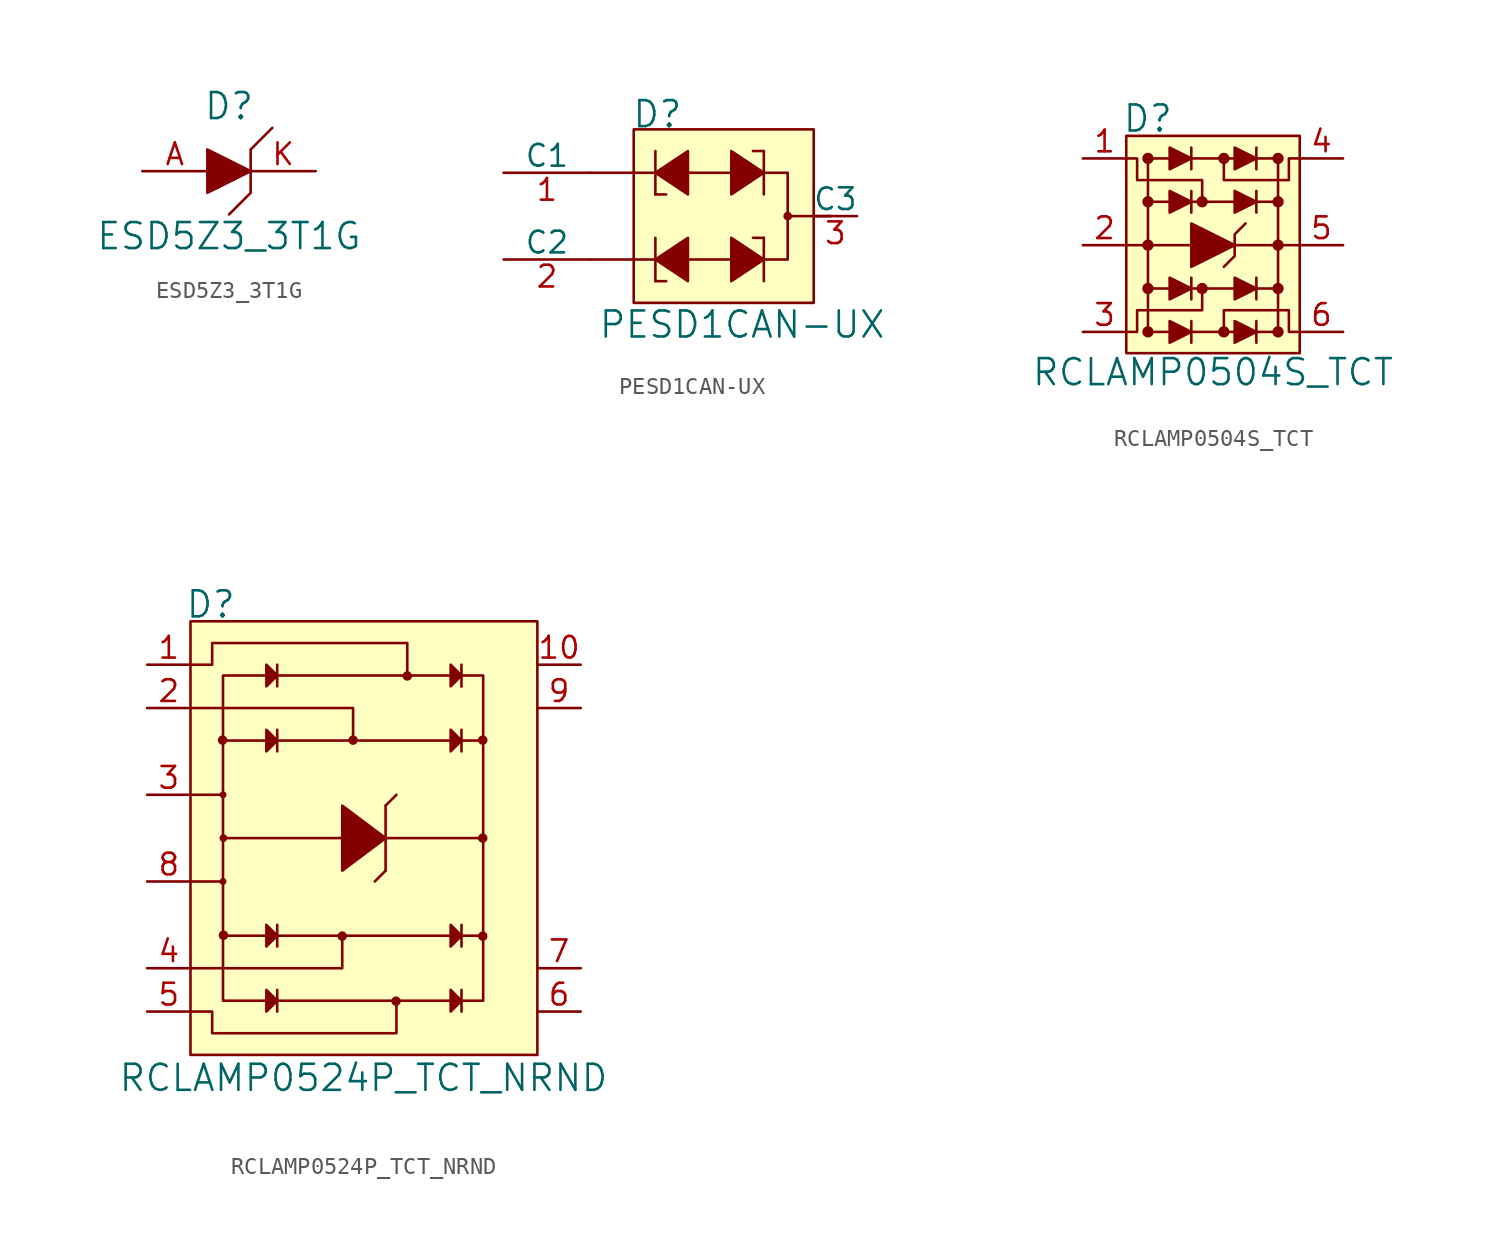
<source format=kicad_sym>
(kicad_symbol_lib
  (version 20211014)
  (generator kicad_symbol_editor)
  (symbol "ESD5Z3_3T1G"
    (pin_names
      (offset 1.016))
    (property "Reference" "D"
      (at 0 3.81 0)
      (effects (font (size 1.524 1.524))))
    (property "Value" "ESD5Z3_3T1G"
      (at 0 -3.81 0)
      (effects (font (size 1.524 1.524))))
    (symbol "ESD5Z3_3T1G_0_1"
      (polyline (pts (xy -1.27 1.27) (xy -1.27 -1.27) (xy 1.27 0) (xy -1.27 1.27)) (stroke (width 0) (type default) (color 0 0 0 0)) (fill (type outline)))
      (polyline (pts (xy 2.54 2.54) (xy 1.27 1.27) (xy 1.27 -1.27) (xy 0 -2.54)) (stroke (width 0) (type default) (color 0 0 0 0)) (fill (type none))))
    (symbol "ESD5Z3_3T1G_1_1"
      (pin bidirectional line (at -5.08 0 0) (length 3.81) (name "~" (effects (font (size 1.27 1.27)))) (number "A" (effects (font (size 1.27 1.27)))))
      (pin bidirectional line (at 5.08 0 180) (length 3.81) (name "~" (effects (font (size 1.27 1.27)))) (number "K" (effects (font (size 1.27 1.27)))))))
  (symbol "PESD1CAN-UX"
    (pin_names
      (offset 0))
    (property "Reference" "D"
      (at -5.207 5.969 0)
      (effects (font (size 1.524 1.524)) (justify left)))
    (property "Value" "PESD1CAN-UX"
      (at 1.27 -6.35 0)
      (effects (font (size 1.524 1.524))))
    (symbol "PESD1CAN-UX_0_1"
      (rectangle (start -5.08 5.08) (end 5.461 -5.08) (stroke (width 0) (type default) (color 0 0 0 0)) (fill (type background)))
      (polyline (pts (xy -3.81 -3.81) (xy -3.175 -3.81)) (stroke (width 0) (type default) (color 0 0 0 0)) (fill (type none)))
      (polyline (pts (xy -3.81 -2.54) (xy -7.62 -2.54)) (stroke (width 0) (type default) (color 0 0 0 0)) (fill (type none)))
      (polyline (pts (xy -3.81 -1.27) (xy -3.81 -3.81)) (stroke (width 0) (type default) (color 0 0 0 0)) (fill (type none)))
      (polyline (pts (xy -3.81 1.27) (xy -3.175 1.27)) (stroke (width 0) (type default) (color 0 0 0 0)) (fill (type none)))
      (polyline (pts (xy -3.81 2.54) (xy -7.62 2.54)) (stroke (width 0) (type default) (color 0 0 0 0)) (fill (type none)))
      (polyline (pts (xy -3.81 3.81) (xy -3.81 1.27)) (stroke (width 0) (type default) (color 0 0 0 0)) (fill (type none)))
      (polyline (pts (xy 0.635 -2.54) (xy -1.905 -2.54)) (stroke (width 0) (type default) (color 0 0 0 0)) (fill (type none)))
      (polyline (pts (xy 0.635 2.54) (xy -1.905 2.54)) (stroke (width 0) (type default) (color 0 0 0 0)) (fill (type none)))
      (polyline (pts (xy 0.635 2.54) (xy 0.635 2.54)) (stroke (width 0) (type default) (color 0 0 0 0)) (fill (type none)))
      (polyline (pts (xy 2.54 -1.27) (xy 1.905 -1.27)) (stroke (width 0) (type default) (color 0 0 0 0)) (fill (type none)))
      (polyline (pts (xy 2.54 -1.27) (xy 2.54 -3.81)) (stroke (width 0) (type default) (color 0 0 0 0)) (fill (type none)))
      (polyline (pts (xy 2.54 3.81) (xy 1.905 3.81)) (stroke (width 0) (type default) (color 0 0 0 0)) (fill (type none)))
      (polyline (pts (xy 2.54 3.81) (xy 2.54 1.27)) (stroke (width 0) (type default) (color 0 0 0 0)) (fill (type none)))
      (polyline (pts (xy 3.937 0) (xy 6.477 0)) (stroke (width 0) (type default) (color 0 0 0 0)) (fill (type none)))
      (polyline (pts (xy -1.905 -1.27) (xy -1.905 -3.81) (xy -3.81 -2.54) (xy -1.905 -1.27)) (stroke (width 0) (type default) (color 0 0 0 0)) (fill (type outline)))
      (polyline (pts (xy -1.905 1.27) (xy -1.905 3.81) (xy -3.81 2.54) (xy -1.905 1.27)) (stroke (width 0) (type default) (color 0 0 0 0)) (fill (type outline)))
      (polyline (pts (xy 0.635 -1.27) (xy 0.635 -3.81) (xy 2.54 -2.54) (xy 0.635 -1.27)) (stroke (width 0) (type default) (color 0 0 0 0)) (fill (type outline)))
      (polyline (pts (xy 0.635 3.81) (xy 0.635 1.27) (xy 2.54 2.54) (xy 0.635 3.81)) (stroke (width 0) (type default) (color 0 0 0 0)) (fill (type outline)))
      (polyline (pts (xy 1.397 2.54) (xy 3.937 2.54) (xy 3.937 -2.54) (xy 1.397 -2.54)) (stroke (width 0) (type default) (color 0 0 0 0)) (fill (type none)))
      (circle (center 3.937 0) (radius 0.178) (stroke (width 0) (type default) (color 0 0 0 0)) (fill (type outline))))
    (symbol "PESD1CAN-UX_1_1"
      (pin bidirectional line (at -12.7 2.54 0) (length 5.08) (name "C1" (effects (font (size 1.27 1.27)))) (number "1" (effects (font (size 1.27 1.27)))))
      (pin bidirectional line (at -12.7 -2.54 0) (length 5.08) (name "C2" (effects (font (size 1.27 1.27)))) (number "2" (effects (font (size 1.27 1.27)))))
      (pin bidirectional line (at 8.001 0 180) (length 2.54) (name "C3" (effects (font (size 1.27 1.27)))) (number "3" (effects (font (size 1.27 1.27)))))))
  (symbol "RCLAMP0504S_TCT"
    (pin_names
      (offset 1.016))
    (property "Reference" "D"
      (at -5.334 7.417 0)
      (effects (font (size 1.524 1.524)) (justify left)))
    (property "Value" "RCLAMP0504S_TCT"
      (at 0 -7.442 0)
      (effects (font (size 1.524 1.524))))
    (symbol "RCLAMP0504S_TCT_0_1"
      (rectangle (start -5.08 6.401) (end 5.08 -6.325) (stroke (width 0) (type default) (color 0 0 0 0)) (fill (type background)))
      (circle (center -3.81 -5.08) (radius 0.254) (stroke (width 0) (type default) (color 0 0 0 0)) (fill (type outline)))
      (circle (center -3.81 -2.54) (radius 0.254) (stroke (width 0) (type default) (color 0 0 0 0)) (fill (type outline)))
      (circle (center -3.81 0) (radius 0.254) (stroke (width 0) (type default) (color 0 0 0 0)) (fill (type outline)))
      (circle (center -3.81 2.54) (radius 0.254) (stroke (width 0) (type default) (color 0 0 0 0)) (fill (type outline)))
      (circle (center -3.81 5.08) (radius 0.254) (stroke (width 0) (type default) (color 0 0 0 0)) (fill (type outline)))
      (circle (center -0.635 -2.54) (radius 0.254) (stroke (width 0) (type default) (color 0 0 0 0)) (fill (type outline)))
      (circle (center -0.635 2.54) (radius 0.254) (stroke (width 0) (type default) (color 0 0 0 0)) (fill (type outline)))
      (polyline (pts (xy -1.27 -5.08) (xy 1.27 -5.08)) (stroke (width 0) (type default) (color 0 0 0 0)) (fill (type none)))
      (polyline (pts (xy -1.27 -4.445) (xy -1.27 -5.715)) (stroke (width 0) (type default) (color 0 0 0 0)) (fill (type none)))
      (polyline (pts (xy -1.27 -2.54) (xy 1.27 -2.54)) (stroke (width 0) (type default) (color 0 0 0 0)) (fill (type none)))
      (polyline (pts (xy -1.27 -1.905) (xy -1.27 -3.175)) (stroke (width 0) (type default) (color 0 0 0 0)) (fill (type none)))
      (polyline (pts (xy -1.27 0) (xy -5.08 0)) (stroke (width 0) (type default) (color 0 0 0 0)) (fill (type none)))
      (polyline (pts (xy -1.27 2.54) (xy 1.27 2.54)) (stroke (width 0) (type default) (color 0 0 0 0)) (fill (type none)))
      (polyline (pts (xy -1.27 3.175) (xy -1.27 1.905)) (stroke (width 0) (type default) (color 0 0 0 0)) (fill (type none)))
      (polyline (pts (xy -1.27 5.08) (xy 1.27 5.08)) (stroke (width 0) (type default) (color 0 0 0 0)) (fill (type none)))
      (polyline (pts (xy -1.27 5.715) (xy -1.27 4.445)) (stroke (width 0) (type default) (color 0 0 0 0)) (fill (type none)))
      (polyline (pts (xy 1.27 0) (xy 5.08 0)) (stroke (width 0) (type default) (color 0 0 0 0)) (fill (type none)))
      (polyline (pts (xy 2.54 -4.445) (xy 2.54 -5.715)) (stroke (width 0) (type default) (color 0 0 0 0)) (fill (type none)))
      (polyline (pts (xy 2.54 -1.905) (xy 2.54 -3.175)) (stroke (width 0) (type default) (color 0 0 0 0)) (fill (type none)))
      (polyline (pts (xy 2.54 3.175) (xy 2.54 1.905)) (stroke (width 0) (type default) (color 0 0 0 0)) (fill (type none)))
      (polyline (pts (xy 2.54 5.715) (xy 2.54 4.445)) (stroke (width 0) (type default) (color 0 0 0 0)) (fill (type none)))
      (polyline (pts (xy -3.81 -2.54) (xy -3.81 -5.08) (xy -2.54 -5.08)) (stroke (width 0) (type default) (color 0 0 0 0)) (fill (type none)))
      (polyline (pts (xy -3.81 2.54) (xy -3.81 -2.54) (xy -2.54 -2.54)) (stroke (width 0) (type default) (color 0 0 0 0)) (fill (type none)))
      (polyline (pts (xy 3.81 -2.54) (xy 3.81 -5.08) (xy 2.54 -5.08)) (stroke (width 0) (type default) (color 0 0 0 0)) (fill (type none)))
      (polyline (pts (xy 3.81 2.54) (xy 3.81 -2.54) (xy 2.54 -2.54)) (stroke (width 0) (type default) (color 0 0 0 0)) (fill (type none)))
      (polyline (pts (xy -2.54 -4.445) (xy -2.54 -5.715) (xy -1.27 -5.08) (xy -2.54 -4.445)) (stroke (width 0) (type default) (color 0 0 0 0)) (fill (type outline)))
      (polyline (pts (xy -2.54 -1.905) (xy -2.54 -3.175) (xy -1.27 -2.54) (xy -2.54 -1.905)) (stroke (width 0) (type default) (color 0 0 0 0)) (fill (type outline)))
      (polyline (pts (xy -2.54 3.175) (xy -2.54 1.905) (xy -1.27 2.54) (xy -2.54 3.175)) (stroke (width 0) (type default) (color 0 0 0 0)) (fill (type outline)))
      (polyline (pts (xy -2.54 5.08) (xy -3.81 5.08) (xy -3.81 2.54) (xy -2.54 2.54)) (stroke (width 0) (type default) (color 0 0 0 0)) (fill (type none)))
      (polyline (pts (xy -2.54 5.715) (xy -2.54 4.445) (xy -1.27 5.08) (xy -2.54 5.715)) (stroke (width 0) (type default) (color 0 0 0 0)) (fill (type outline)))
      (polyline (pts (xy -1.27 1.27) (xy -1.27 -1.27) (xy 1.27 0) (xy -1.27 1.27)) (stroke (width 0) (type default) (color 0 0 0 0)) (fill (type outline)))
      (polyline (pts (xy 1.27 -4.445) (xy 1.27 -5.715) (xy 2.54 -5.08) (xy 1.27 -4.445)) (stroke (width 0) (type default) (color 0 0 0 0)) (fill (type outline)))
      (polyline (pts (xy 1.27 -1.905) (xy 1.27 -3.175) (xy 2.54 -2.54) (xy 1.27 -1.905)) (stroke (width 0) (type default) (color 0 0 0 0)) (fill (type outline)))
      (polyline (pts (xy 1.27 3.175) (xy 1.27 1.905) (xy 2.54 2.54) (xy 1.27 3.175)) (stroke (width 0) (type default) (color 0 0 0 0)) (fill (type outline)))
      (polyline (pts (xy 1.27 5.715) (xy 1.27 4.445) (xy 2.54 5.08) (xy 1.27 5.715)) (stroke (width 0) (type default) (color 0 0 0 0)) (fill (type outline)))
      (polyline (pts (xy 1.905 1.27) (xy 1.27 0.635) (xy 1.27 -0.635) (xy 0.635 -1.27)) (stroke (width 0) (type default) (color 0 0 0 0)) (fill (type none)))
      (polyline (pts (xy 2.54 5.08) (xy 3.81 5.08) (xy 3.81 2.54) (xy 2.54 2.54)) (stroke (width 0) (type default) (color 0 0 0 0)) (fill (type none)))
      (polyline (pts (xy -5.08 5.08) (xy -4.445 5.08) (xy -4.445 3.81) (xy -0.635 3.81) (xy -0.635 2.54)) (stroke (width 0) (type default) (color 0 0 0 0)) (fill (type none)))
      (polyline (pts (xy -0.635 -2.54) (xy -0.635 -3.81) (xy -4.445 -3.81) (xy -4.445 -5.08) (xy -5.08 -5.08)) (stroke (width 0) (type default) (color 0 0 0 0)) (fill (type none)))
      (polyline (pts (xy 0.635 -5.08) (xy 0.635 -3.81) (xy 4.445 -3.81) (xy 4.445 -5.08) (xy 5.08 -5.08)) (stroke (width 0) (type default) (color 0 0 0 0)) (fill (type none)))
      (polyline (pts (xy 0.635 5.08) (xy 0.635 3.81) (xy 4.445 3.81) (xy 4.445 5.08) (xy 5.08 5.08)) (stroke (width 0) (type default) (color 0 0 0 0)) (fill (type none)))
      (circle (center 0.635 -5.08) (radius 0.254) (stroke (width 0) (type default) (color 0 0 0 0)) (fill (type outline)))
      (circle (center 0.635 5.08) (radius 0.254) (stroke (width 0) (type default) (color 0 0 0 0)) (fill (type outline)))
      (circle (center 3.81 -5.08) (radius 0.254) (stroke (width 0) (type default) (color 0 0 0 0)) (fill (type outline)))
      (circle (center 3.81 -2.54) (radius 0.254) (stroke (width 0) (type default) (color 0 0 0 0)) (fill (type outline)))
      (circle (center 3.81 0) (radius 0.254) (stroke (width 0) (type default) (color 0 0 0 0)) (fill (type outline)))
      (circle (center 3.81 2.54) (radius 0.254) (stroke (width 0) (type default) (color 0 0 0 0)) (fill (type outline)))
      (circle (center 3.81 5.08) (radius 0.254) (stroke (width 0) (type default) (color 0 0 0 0)) (fill (type outline))))
    (symbol "RCLAMP0504S_TCT_1_1"
      (pin input line (at -7.62 5.08 0) (length 2.54) (name "~" (effects (font (size 1.27 1.27)))) (number "1" (effects (font (size 1.27 1.27)))))
      (pin input line (at -7.62 0 0) (length 2.54) (name "~" (effects (font (size 1.27 1.27)))) (number "2" (effects (font (size 1.27 1.27)))))
      (pin input line (at -7.62 -5.08 0) (length 2.54) (name "~" (effects (font (size 1.27 1.27)))) (number "3" (effects (font (size 1.27 1.27)))))
      (pin output line (at 7.62 5.08 180) (length 2.54) (name "~" (effects (font (size 1.27 1.27)))) (number "4" (effects (font (size 1.27 1.27)))))
      (pin output line (at 7.62 0 180) (length 2.54) (name "~" (effects (font (size 1.27 1.27)))) (number "5" (effects (font (size 1.27 1.27)))))
      (pin output line (at 7.62 -5.08 180) (length 2.54) (name "~" (effects (font (size 1.27 1.27)))) (number "6" (effects (font (size 1.27 1.27)))))))
  (symbol "RCLAMP0524P_TCT_NRND"
    (pin_names
      (offset 1.016))
    (property "Reference" "D"
      (at -10.49 13.691 0)
      (effects (font (size 1.524 1.524)) (justify left)))
    (property "Value" "RCLAMP0524P_TCT_NRND"
      (at -0.025 -14.046 0)
      (effects (font (size 1.524 1.524))))
    (symbol "RCLAMP0524P_TCT_NRND_0_1"
      (rectangle (start -10.16 12.7) (end 10.16 -12.7) (stroke (width 0) (type default) (color 0 0 0 0)) (fill (type background)))
      (circle (center -8.28 5.74) (radius 0.203) (stroke (width 0) (type default) (color 0 0 0 0)) (fill (type outline)))
      (circle (center -8.255 -2.54) (radius 0.127) (stroke (width 0) (type default) (color 0 0 0 0)) (fill (type none)))
      (circle (center -8.255 2.54) (radius 0.127) (stroke (width 0) (type default) (color 0 0 0 0)) (fill (type none)))
      (circle (center -8.23 -5.69) (radius 0.203) (stroke (width 0) (type default) (color 0 0 0 0)) (fill (type outline)))
      (circle (center -8.23 0) (radius 0.152) (stroke (width 0) (type default) (color 0 0 0 0)) (fill (type none)))
      (circle (center -1.27 -5.74) (radius 0.203) (stroke (width 0) (type default) (color 0 0 0 0)) (fill (type outline)))
      (circle (center -0.635 5.74) (radius 0.203) (stroke (width 0) (type default) (color 0 0 0 0)) (fill (type outline)))
      (polyline (pts (xy -10.16 -2.54) (xy -8.255 -2.54)) (stroke (width 0) (type default) (color 0 0 0 0)) (fill (type none)))
      (polyline (pts (xy -10.16 2.54) (xy -8.255 2.54)) (stroke (width 0) (type default) (color 0 0 0 0)) (fill (type none)))
      (polyline (pts (xy -5.715 -5.715) (xy -8.255 -5.715)) (stroke (width 0) (type default) (color 0 0 0 0)) (fill (type none)))
      (polyline (pts (xy -5.715 5.715) (xy -8.255 5.715)) (stroke (width 0) (type default) (color 0 0 0 0)) (fill (type none)))
      (polyline (pts (xy -5.08 -9.525) (xy 5.08 -9.525)) (stroke (width 0) (type default) (color 0 0 0 0)) (fill (type none)))
      (polyline (pts (xy -5.08 -8.89) (xy -5.08 -10.16)) (stroke (width 0) (type default) (color 0 0 0 0)) (fill (type none)))
      (polyline (pts (xy -5.08 -5.715) (xy 5.08 -5.715)) (stroke (width 0) (type default) (color 0 0 0 0)) (fill (type none)))
      (polyline (pts (xy -5.08 -5.08) (xy -5.08 -6.35)) (stroke (width 0) (type default) (color 0 0 0 0)) (fill (type none)))
      (polyline (pts (xy -5.08 5.715) (xy 5.08 5.715)) (stroke (width 0) (type default) (color 0 0 0 0)) (fill (type none)))
      (polyline (pts (xy -5.08 6.35) (xy -5.08 5.08)) (stroke (width 0) (type default) (color 0 0 0 0)) (fill (type none)))
      (polyline (pts (xy -5.08 9.525) (xy 5.08 9.525)) (stroke (width 0) (type default) (color 0 0 0 0)) (fill (type none)))
      (polyline (pts (xy -5.08 10.16) (xy -5.08 8.89)) (stroke (width 0) (type default) (color 0 0 0 0)) (fill (type none)))
      (polyline (pts (xy -1.27 0) (xy -8.255 0)) (stroke (width 0) (type default) (color 0 0 0 0)) (fill (type none)))
      (polyline (pts (xy 1.27 -1.905) (xy 0.635 -2.54)) (stroke (width 0) (type default) (color 0 0 0 0)) (fill (type none)))
      (polyline (pts (xy 1.27 1.905) (xy 1.27 -1.905)) (stroke (width 0) (type default) (color 0 0 0 0)) (fill (type none)))
      (polyline (pts (xy 1.27 1.905) (xy 1.905 2.54)) (stroke (width 0) (type default) (color 0 0 0 0)) (fill (type none)))
      (polyline (pts (xy 5.715 -8.89) (xy 5.715 -10.16)) (stroke (width 0) (type default) (color 0 0 0 0)) (fill (type none)))
      (polyline (pts (xy 5.715 -5.715) (xy 6.985 -5.715)) (stroke (width 0) (type default) (color 0 0 0 0)) (fill (type none)))
      (polyline (pts (xy 5.715 -5.08) (xy 5.715 -6.35)) (stroke (width 0) (type default) (color 0 0 0 0)) (fill (type none)))
      (polyline (pts (xy 5.715 5.715) (xy 6.985 5.715)) (stroke (width 0) (type default) (color 0 0 0 0)) (fill (type none)))
      (polyline (pts (xy 5.715 6.35) (xy 5.715 5.08)) (stroke (width 0) (type default) (color 0 0 0 0)) (fill (type none)))
      (polyline (pts (xy 5.715 8.89) (xy 5.715 8.89)) (stroke (width 0) (type default) (color 0 0 0 0)) (fill (type none)))
      (polyline (pts (xy 5.715 10.16) (xy 5.715 8.89)) (stroke (width 0) (type default) (color 0 0 0 0)) (fill (type none)))
      (polyline (pts (xy 6.985 0) (xy 1.27 0)) (stroke (width 0) (type default) (color 0 0 0 0)) (fill (type none)))
      (polyline (pts (xy 6.985 5.715) (xy 6.985 5.715)) (stroke (width 0) (type default) (color 0 0 0 0)) (fill (type none)))
      (polyline (pts (xy -10.16 -7.62) (xy -1.27 -7.62) (xy -1.27 -5.715)) (stroke (width 0) (type default) (color 0 0 0 0)) (fill (type none)))
      (polyline (pts (xy -10.16 7.62) (xy -0.635 7.62) (xy -0.635 5.715)) (stroke (width 0) (type default) (color 0 0 0 0)) (fill (type none)))
      (polyline (pts (xy -5.715 -9.525) (xy -8.255 -9.525) (xy -8.255 9.525) (xy -5.715 9.525)) (stroke (width 0) (type default) (color 0 0 0 0)) (fill (type none)))
      (polyline (pts (xy -5.715 -8.89) (xy -5.715 -10.16) (xy -5.08 -9.525) (xy -5.715 -8.89)) (stroke (width 0) (type default) (color 0 0 0 0)) (fill (type outline)))
      (polyline (pts (xy -5.715 -5.08) (xy -5.715 -6.35) (xy -5.08 -5.715) (xy -5.715 -5.08)) (stroke (width 0) (type default) (color 0 0 0 0)) (fill (type outline)))
      (polyline (pts (xy -5.715 6.35) (xy -5.715 5.08) (xy -5.08 5.715) (xy -5.715 6.35)) (stroke (width 0) (type default) (color 0 0 0 0)) (fill (type outline)))
      (polyline (pts (xy -5.715 10.16) (xy -5.715 8.89) (xy -5.08 9.525) (xy -5.715 10.16)) (stroke (width 0) (type default) (color 0 0 0 0)) (fill (type outline)))
      (polyline (pts (xy -1.27 1.905) (xy -1.27 -1.905) (xy 1.27 0) (xy -1.27 1.905)) (stroke (width 0) (type default) (color 0 0 0 0)) (fill (type outline)))
      (polyline (pts (xy 5.08 -8.89) (xy 5.08 -10.16) (xy 5.715 -9.525) (xy 5.08 -8.89)) (stroke (width 0) (type default) (color 0 0 0 0)) (fill (type outline)))
      (polyline (pts (xy 5.08 -5.08) (xy 5.08 -6.35) (xy 5.715 -5.715) (xy 5.08 -5.08)) (stroke (width 0) (type default) (color 0 0 0 0)) (fill (type outline)))
      (polyline (pts (xy 5.08 6.35) (xy 5.08 5.08) (xy 5.715 5.715) (xy 5.08 6.35)) (stroke (width 0) (type default) (color 0 0 0 0)) (fill (type outline)))
      (polyline (pts (xy 5.08 10.16) (xy 5.08 8.89) (xy 5.715 9.525) (xy 5.08 10.16)) (stroke (width 0) (type default) (color 0 0 0 0)) (fill (type outline)))
      (polyline (pts (xy 5.715 9.525) (xy 6.985 9.525) (xy 6.985 -9.525) (xy 5.715 -9.525)) (stroke (width 0) (type default) (color 0 0 0 0)) (fill (type none)))
      (polyline (pts (xy 1.905 -9.525) (xy 1.905 -11.43) (xy -8.89 -11.43) (xy -8.89 -10.16) (xy -10.16 -10.16)) (stroke (width 0) (type default) (color 0 0 0 0)) (fill (type none)))
      (polyline (pts (xy 2.54 9.525) (xy 2.54 11.43) (xy -8.89 11.43) (xy -8.89 10.16) (xy -10.16 10.16)) (stroke (width 0) (type default) (color 0 0 0 0)) (fill (type none)))
      (circle (center 1.88 -9.55) (radius 0.203) (stroke (width 0) (type default) (color 0 0 0 0)) (fill (type outline)))
      (circle (center 2.54 9.5) (radius 0.203) (stroke (width 0) (type default) (color 0 0 0 0)) (fill (type outline)))
      (circle (center 6.96 -5.74) (radius 0.203) (stroke (width 0) (type default) (color 0 0 0 0)) (fill (type outline)))
      (circle (center 6.96 0) (radius 0.203) (stroke (width 0) (type default) (color 0 0 0 0)) (fill (type outline)))
      (circle (center 6.96 5.74) (radius 0.203) (stroke (width 0) (type default) (color 0 0 0 0)) (fill (type outline))))
    (symbol "RCLAMP0524P_TCT_NRND_1_1"
      (pin input line (at -12.7 10.16 0) (length 2.54) (name "~" (effects (font (size 1.27 1.27)))) (number "1" (effects (font (size 1.27 1.27)))))
      (pin output line (at 12.7 10.16 180) (length 2.54) (name "~" (effects (font (size 1.27 1.27)))) (number "10" (effects (font (size 1.27 1.27)))))
      (pin input line (at -12.7 7.62 0) (length 2.54) (name "~" (effects (font (size 1.27 1.27)))) (number "2" (effects (font (size 1.27 1.27)))))
      (pin power_in line (at -12.7 2.54 0) (length 2.54) (name "~" (effects (font (size 1.27 1.27)))) (number "3" (effects (font (size 1.27 1.27)))))
      (pin input line (at -12.7 -7.62 0) (length 2.54) (name "~" (effects (font (size 1.27 1.27)))) (number "4" (effects (font (size 1.27 1.27)))))
      (pin input line (at -12.7 -10.16 0) (length 2.54) (name "~" (effects (font (size 1.27 1.27)))) (number "5" (effects (font (size 1.27 1.27)))))
      (pin output line (at 12.7 -10.16 180) (length 2.54) (name "~" (effects (font (size 1.27 1.27)))) (number "6" (effects (font (size 1.27 1.27)))))
      (pin output line (at 12.7 -7.62 180) (length 2.54) (name "~" (effects (font (size 1.27 1.27)))) (number "7" (effects (font (size 1.27 1.27)))))
      (pin power_in line (at -12.7 -2.54 0) (length 2.54) (name "~" (effects (font (size 1.27 1.27)))) (number "8" (effects (font (size 1.27 1.27)))))
      (pin output line (at 12.7 7.62 180) (length 2.54) (name "~" (effects (font (size 1.27 1.27)))) (number "9" (effects (font (size 1.27 1.27))))))))
</source>
